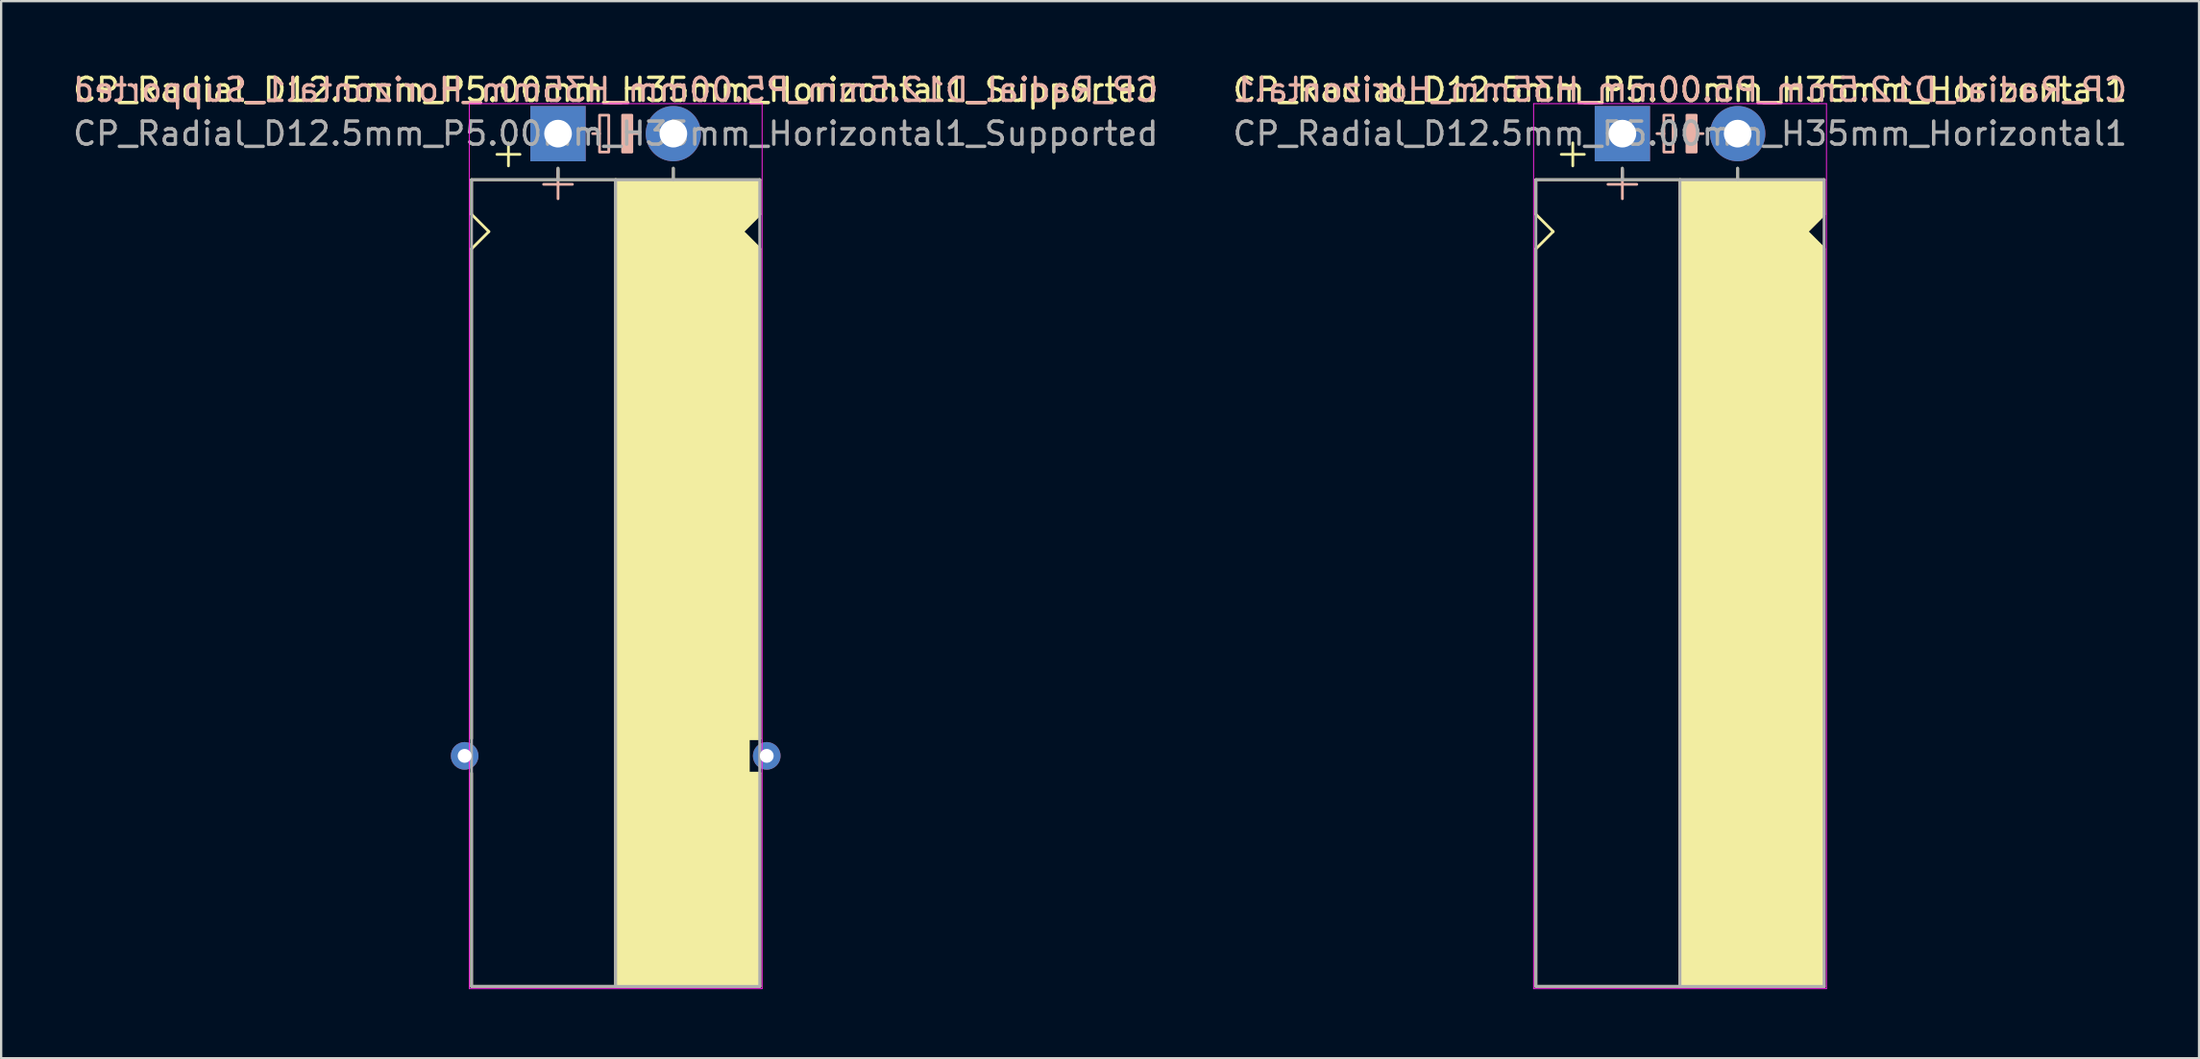
<source format=kicad_pcb>
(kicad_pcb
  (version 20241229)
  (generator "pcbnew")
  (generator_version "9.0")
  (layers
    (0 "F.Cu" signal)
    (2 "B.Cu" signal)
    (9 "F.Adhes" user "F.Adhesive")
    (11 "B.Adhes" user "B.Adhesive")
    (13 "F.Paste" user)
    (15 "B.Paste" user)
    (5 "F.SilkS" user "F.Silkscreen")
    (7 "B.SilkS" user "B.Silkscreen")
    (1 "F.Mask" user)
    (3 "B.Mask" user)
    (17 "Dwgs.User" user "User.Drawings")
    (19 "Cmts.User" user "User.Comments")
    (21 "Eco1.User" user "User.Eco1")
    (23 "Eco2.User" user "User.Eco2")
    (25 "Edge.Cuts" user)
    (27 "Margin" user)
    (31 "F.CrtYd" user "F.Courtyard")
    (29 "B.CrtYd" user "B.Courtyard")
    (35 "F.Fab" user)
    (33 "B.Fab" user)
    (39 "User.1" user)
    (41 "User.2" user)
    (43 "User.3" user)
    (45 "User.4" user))
  (footprint "CP_Radial_D12.5mm_P5.00mm_H35mm_Horizontal1"
    (layer "F.Cu")
    (at 67.304 2.748)
    (property "Reference" "CP_Radial_D12.5mm_P5.00mm_H35mm_Horizontal1" (at 2.5 -1.9 180) (layer "F.SilkS") (effects (font (size 1 1) (thickness 0.15))))
    (fp_line (start -3.75 2) (end -3.75 3.5) (stroke (width 0.12) (type solid)) (layer "F.SilkS"))
    (fp_line (start -3.75 3.5) (end -3 4.25) (stroke (width 0.12) (type solid)) (layer "F.SilkS"))
    (fp_line (start -3.75 5) (end -3.75 37) (stroke (width 0.12) (type solid)) (layer "F.SilkS"))
    (fp_line (start -3 4.25) (end -3.75 5) (stroke (width 0.12) (type solid)) (layer "F.SilkS"))
    (fp_line (start -2.15 0.4) (end -2.15 1.4) (stroke (width 0.12) (type solid)) (layer "F.SilkS"))
    (fp_line (start -1.65 0.9) (end -2.65 0.9) (stroke (width 0.12) (type solid)) (layer "F.SilkS"))
    (fp_line (start 0 1.5) (end 0 2) (stroke (width 0.12) (type solid)) (layer "F.SilkS"))
    (fp_line (start 2.5 2) (end -3.75 2) (stroke (width 0.12) (type solid)) (layer "F.SilkS"))
    (fp_line (start 2.5 2) (end 2.5 37) (stroke (width 0.12) (type solid)) (layer "F.SilkS"))
    (fp_line (start 2.5 2) (end 8.75 2) (stroke (width 0.12) (type solid)) (layer "F.SilkS"))
    (fp_line (start 5 1.5) (end 5 2) (stroke (width 0.12) (type solid)) (layer "F.SilkS"))
    (fp_line (start 8 4.25) (end 8.75 5) (stroke (width 0.12) (type solid)) (layer "F.SilkS"))
    (fp_line (start 8.75 2) (end 8.75 3.5) (stroke (width 0.12) (type solid)) (layer "F.SilkS"))
    (fp_line (start 8.75 3.5) (end 8 4.25) (stroke (width 0.12) (type solid)) (layer "F.SilkS"))
    (fp_line (start 8.75 5) (end 8.75 37) (stroke (width 0.12) (type solid)) (layer "F.SilkS"))
    (fp_line (start 8.75 37) (end -3.75 37) (stroke (width 0.12) (type solid)) (layer "F.SilkS"))
    (fp_poly (pts (xy 8.75 3.5) (xy 8 4.25) (xy 8.75 5) (xy 8.75 37) (xy 2.5 37) (xy 2.5 2) (xy 8.75 2)) (stroke (width 0.1) (type solid)) (fill yes) (layer "F.SilkS"))
    (fp_line (start 0 1.575) (end 0 2.825) (stroke (width 0.12) (type solid)) (layer "B.SilkS"))
    (fp_line (start 0.625 2.2) (end -0.625 2.2) (stroke (width 0.12) (type solid)) (layer "B.SilkS"))
    (fp_line (start 1.8 0) (end 1.5 0) (stroke (width 0.12) (type solid)) (layer "B.SilkS"))
    (fp_line (start 3.5 0) (end 3.2 0) (stroke (width 0.12) (type solid)) (layer "B.SilkS"))
    (fp_rect (start 2.2 -0.8) (end 1.8 0.8) (stroke (width 0.12) (type solid)) (fill no) (layer "B.SilkS"))
    (fp_rect (start 3.2 -0.8) (end 2.8 0.8) (stroke (width 0.12) (type solid)) (fill yes) (layer "B.SilkS"))
    (fp_line (start -3.85 -1.3) (end 8.85 -1.3) (stroke (width 0.04) (type solid)) (layer "F.CrtYd"))
    (fp_line (start -3.85 37.1) (end -3.85 -1.3) (stroke (width 0.04) (type solid)) (layer "F.CrtYd"))
    (fp_line (start 8.85 -1.3) (end 8.85 37.1) (stroke (width 0.04) (type solid)) (layer "F.CrtYd"))
    (fp_line (start 8.85 37.1) (end -3.85 37.1) (stroke (width 0.04) (type solid)) (layer "F.CrtYd"))
    (fp_line (start -3.75 2) (end -3.75 37) (stroke (width 0.12) (type solid)) (layer "F.Fab"))
    (fp_line (start -3.75 37) (end 8.75 37) (stroke (width 0.12) (type solid)) (layer "F.Fab"))
    (fp_line (start 0 1.5) (end 0 2) (stroke (width 0.12) (type solid)) (layer "F.Fab"))
    (fp_line (start 0 2) (end -3.75 2) (stroke (width 0.12) (type solid)) (layer "F.Fab"))
    (fp_line (start 2.5 2) (end 2.5 37) (stroke (width 0.12) (type solid)) (layer "F.Fab"))
    (fp_line (start 5 2) (end 5 1.5) (stroke (width 0.12) (type solid)) (layer "F.Fab"))
    (fp_line (start 8.75 2) (end 0 2) (stroke (width 0.12) (type solid)) (layer "F.Fab"))
    (fp_line (start 8.75 37) (end 8.75 2) (stroke (width 0.12) (type solid)) (layer "F.Fab"))
    (fp_poly (pts (xy 8.75 37) (xy 2.5 37) (xy 2.5 2) (xy 8.75 2)) (stroke (width 0.1) (type solid)) (fill no) (layer "F.Fab"))
    (fp_text user "${REFERENCE}" (at 2.5 -1.9 0) (layer "B.SilkS") (effects (font (size 1 1) (thickness 0.15)) (justify mirror)))
    (fp_text user "${REFERENCE}" (at 2.5 0 0) (layer "F.Fab") (effects (font (size 1 1) (thickness 0.15))))
    (pad "1" thru_hole rect (at 0 0) (size 2.4 2.4) (drill 1.2) (layers "*.Cu" "*.Mask"))
    (pad "2" thru_hole circle (at 5 0) (size 2.4 2.4) (drill 1.2) (layers "*.Cu" "*.Mask")))
  (footprint "CP_Radial_D12.5mm_P5.00mm_H35mm_Horizontal1_Supported"
    (layer "F.Cu")
    (at 21.149 2.748)
    (property "Reference" "CP_Radial_D12.5mm_P5.00mm_H35mm_Horizontal1_Supported" (at 2.5 -1.9 180) (layer "F.SilkS") (effects (font (size 1 1) (thickness 0.15))))
    (fp_line (start -3.75 2) (end -3.75 3.5) (stroke (width 0.12) (type solid)) (layer "F.SilkS"))
    (fp_line (start -3.75 3.5) (end -3 4.25) (stroke (width 0.12) (type solid)) (layer "F.SilkS"))
    (fp_line (start -3.75 5) (end -3.75 26.25) (stroke (width 0.12) (type solid)) (layer "F.SilkS"))
    (fp_line (start -3.75 37) (end -3.75 27.75) (stroke (width 0.12) (type solid)) (layer "F.SilkS"))
    (fp_line (start -3 4.25) (end -3.75 5) (stroke (width 0.12) (type solid)) (layer "F.SilkS"))
    (fp_line (start -2.15 0.4) (end -2.15 1.4) (stroke (width 0.12) (type solid)) (layer "F.SilkS"))
    (fp_line (start -1.65 0.9) (end -2.65 0.9) (stroke (width 0.12) (type solid)) (layer "F.SilkS"))
    (fp_line (start 0 1.5) (end 0 2) (stroke (width 0.12) (type solid)) (layer "F.SilkS"))
    (fp_line (start 2.5 2) (end -3.75 2) (stroke (width 0.12) (type solid)) (layer "F.SilkS"))
    (fp_line (start 2.5 2) (end 2.5 37) (stroke (width 0.12) (type solid)) (layer "F.SilkS"))
    (fp_line (start 2.5 2) (end 8.75 2) (stroke (width 0.12) (type solid)) (layer "F.SilkS"))
    (fp_line (start 5 1.5) (end 5 2) (stroke (width 0.12) (type solid)) (layer "F.SilkS"))
    (fp_line (start 8 4.25) (end 8.75 5) (stroke (width 0.12) (type solid)) (layer "F.SilkS"))
    (fp_line (start 8.25 26.25) (end 8.75 26.25) (stroke (width 0.12) (type solid)) (layer "F.SilkS"))
    (fp_line (start 8.25 27.75) (end 8.25 26.25) (stroke (width 0.12) (type solid)) (layer "F.SilkS"))
    (fp_line (start 8.75 2) (end 8.75 3.5) (stroke (width 0.12) (type solid)) (layer "F.SilkS"))
    (fp_line (start 8.75 3.5) (end 8 4.25) (stroke (width 0.12) (type solid)) (layer "F.SilkS"))
    (fp_line (start 8.75 5) (end 8.75 26.25) (stroke (width 0.12) (type solid)) (layer "F.SilkS"))
    (fp_line (start 8.75 27.75) (end 8.25 27.75) (stroke (width 0.12) (type solid)) (layer "F.SilkS"))
    (fp_line (start 8.75 37) (end -3.75 37) (stroke (width 0.12) (type solid)) (layer "F.SilkS"))
    (fp_line (start 8.75 37) (end 8.75 27.75) (stroke (width 0.12) (type solid)) (layer "F.SilkS"))
    (fp_poly (pts (xy 8.75 3.5) (xy 8 4.25) (xy 8.75 5) (xy 8.75 26.25) (xy 8.25 26.25) (xy 8.25 27.75) (xy 8.75 27.75) (xy 8.75 37) (xy 2.5 37) (xy 2.5 2) (xy 8.75 2)) (stroke (width 0.1) (type solid)) (fill yes) (layer "F.SilkS"))
    (fp_line (start 0 1.575) (end 0 2.825) (stroke (width 0.12) (type solid)) (layer "B.SilkS"))
    (fp_line (start 0.625 2.2) (end -0.625 2.2) (stroke (width 0.12) (type solid)) (layer "B.SilkS"))
    (fp_line (start 1.8 0) (end 1.5 0) (stroke (width 0.12) (type solid)) (layer "B.SilkS"))
    (fp_line (start 3.5 0) (end 3.2 0) (stroke (width 0.12) (type solid)) (layer "B.SilkS"))
    (fp_rect (start 2.2 -0.8) (end 1.8 0.8) (stroke (width 0.12) (type solid)) (fill no) (layer "B.SilkS"))
    (fp_rect (start 3.2 -0.8) (end 2.8 0.8) (stroke (width 0.12) (type solid)) (fill yes) (layer "B.SilkS"))
    (fp_line (start -3.85 -1.3) (end 8.85 -1.3) (stroke (width 0.04) (type solid)) (layer "F.CrtYd"))
    (fp_line (start -3.85 37.1) (end -3.85 -1.3) (stroke (width 0.04) (type solid)) (layer "F.CrtYd"))
    (fp_line (start 8.85 -1.3) (end 8.85 37.1) (stroke (width 0.04) (type solid)) (layer "F.CrtYd"))
    (fp_line (start 8.85 37.1) (end -3.85 37.1) (stroke (width 0.04) (type solid)) (layer "F.CrtYd"))
    (fp_line (start -3.75 2) (end -3.75 37) (stroke (width 0.12) (type solid)) (layer "F.Fab"))
    (fp_line (start -3.75 37) (end 8.75 37) (stroke (width 0.12) (type solid)) (layer "F.Fab"))
    (fp_line (start 0 1.5) (end 0 2) (stroke (width 0.12) (type solid)) (layer "F.Fab"))
    (fp_line (start 0 2) (end -3.75 2) (stroke (width 0.12) (type solid)) (layer "F.Fab"))
    (fp_line (start 2.5 2) (end 2.5 37) (stroke (width 0.12) (type solid)) (layer "F.Fab"))
    (fp_line (start 5 2) (end 5 1.5) (stroke (width 0.12) (type solid)) (layer "F.Fab"))
    (fp_line (start 8.75 2) (end 0 2) (stroke (width 0.12) (type solid)) (layer "F.Fab"))
    (fp_line (start 8.75 37) (end 8.75 2) (stroke (width 0.12) (type solid)) (layer "F.Fab"))
    (fp_poly (pts (xy 8.75 37) (xy 2.5 37) (xy 2.5 2) (xy 8.75 2)) (stroke (width 0.1) (type solid)) (fill no) (layer "F.Fab"))
    (fp_text user "${REFERENCE}" (at 2.5 -1.9 0) (layer "B.SilkS") (effects (font (size 1 1) (thickness 0.15)) (justify mirror)))
    (fp_text user "${REFERENCE}" (at 2.5 0 0) (layer "F.Fab") (effects (font (size 1 1) (thickness 0.15))))
    (pad "1" thru_hole rect (at 0 0) (size 2.4 2.4) (drill 1.2) (layers "*.Cu" "*.Mask"))
    (pad "2" thru_hole circle (at 5 0) (size 2.4 2.4) (drill 1.2) (layers "*.Cu" "*.Mask"))
    (pad "~" thru_hole circle (at -4.05 27) (size 1.2 1.2) (drill 0.6) (layers "*.Cu" "*.Mask"))
    (pad "~" thru_hole circle (at 9.05 27) (size 1.2 1.2) (drill 0.6) (layers "*.Cu" "*.Mask")))
  (gr_rect
    (start -3 -3)
    (end 92.31 42.868)
    (stroke (width 0.1) (type default))
    (fill no)
    (layer "Edge.Cuts")))
</source>
